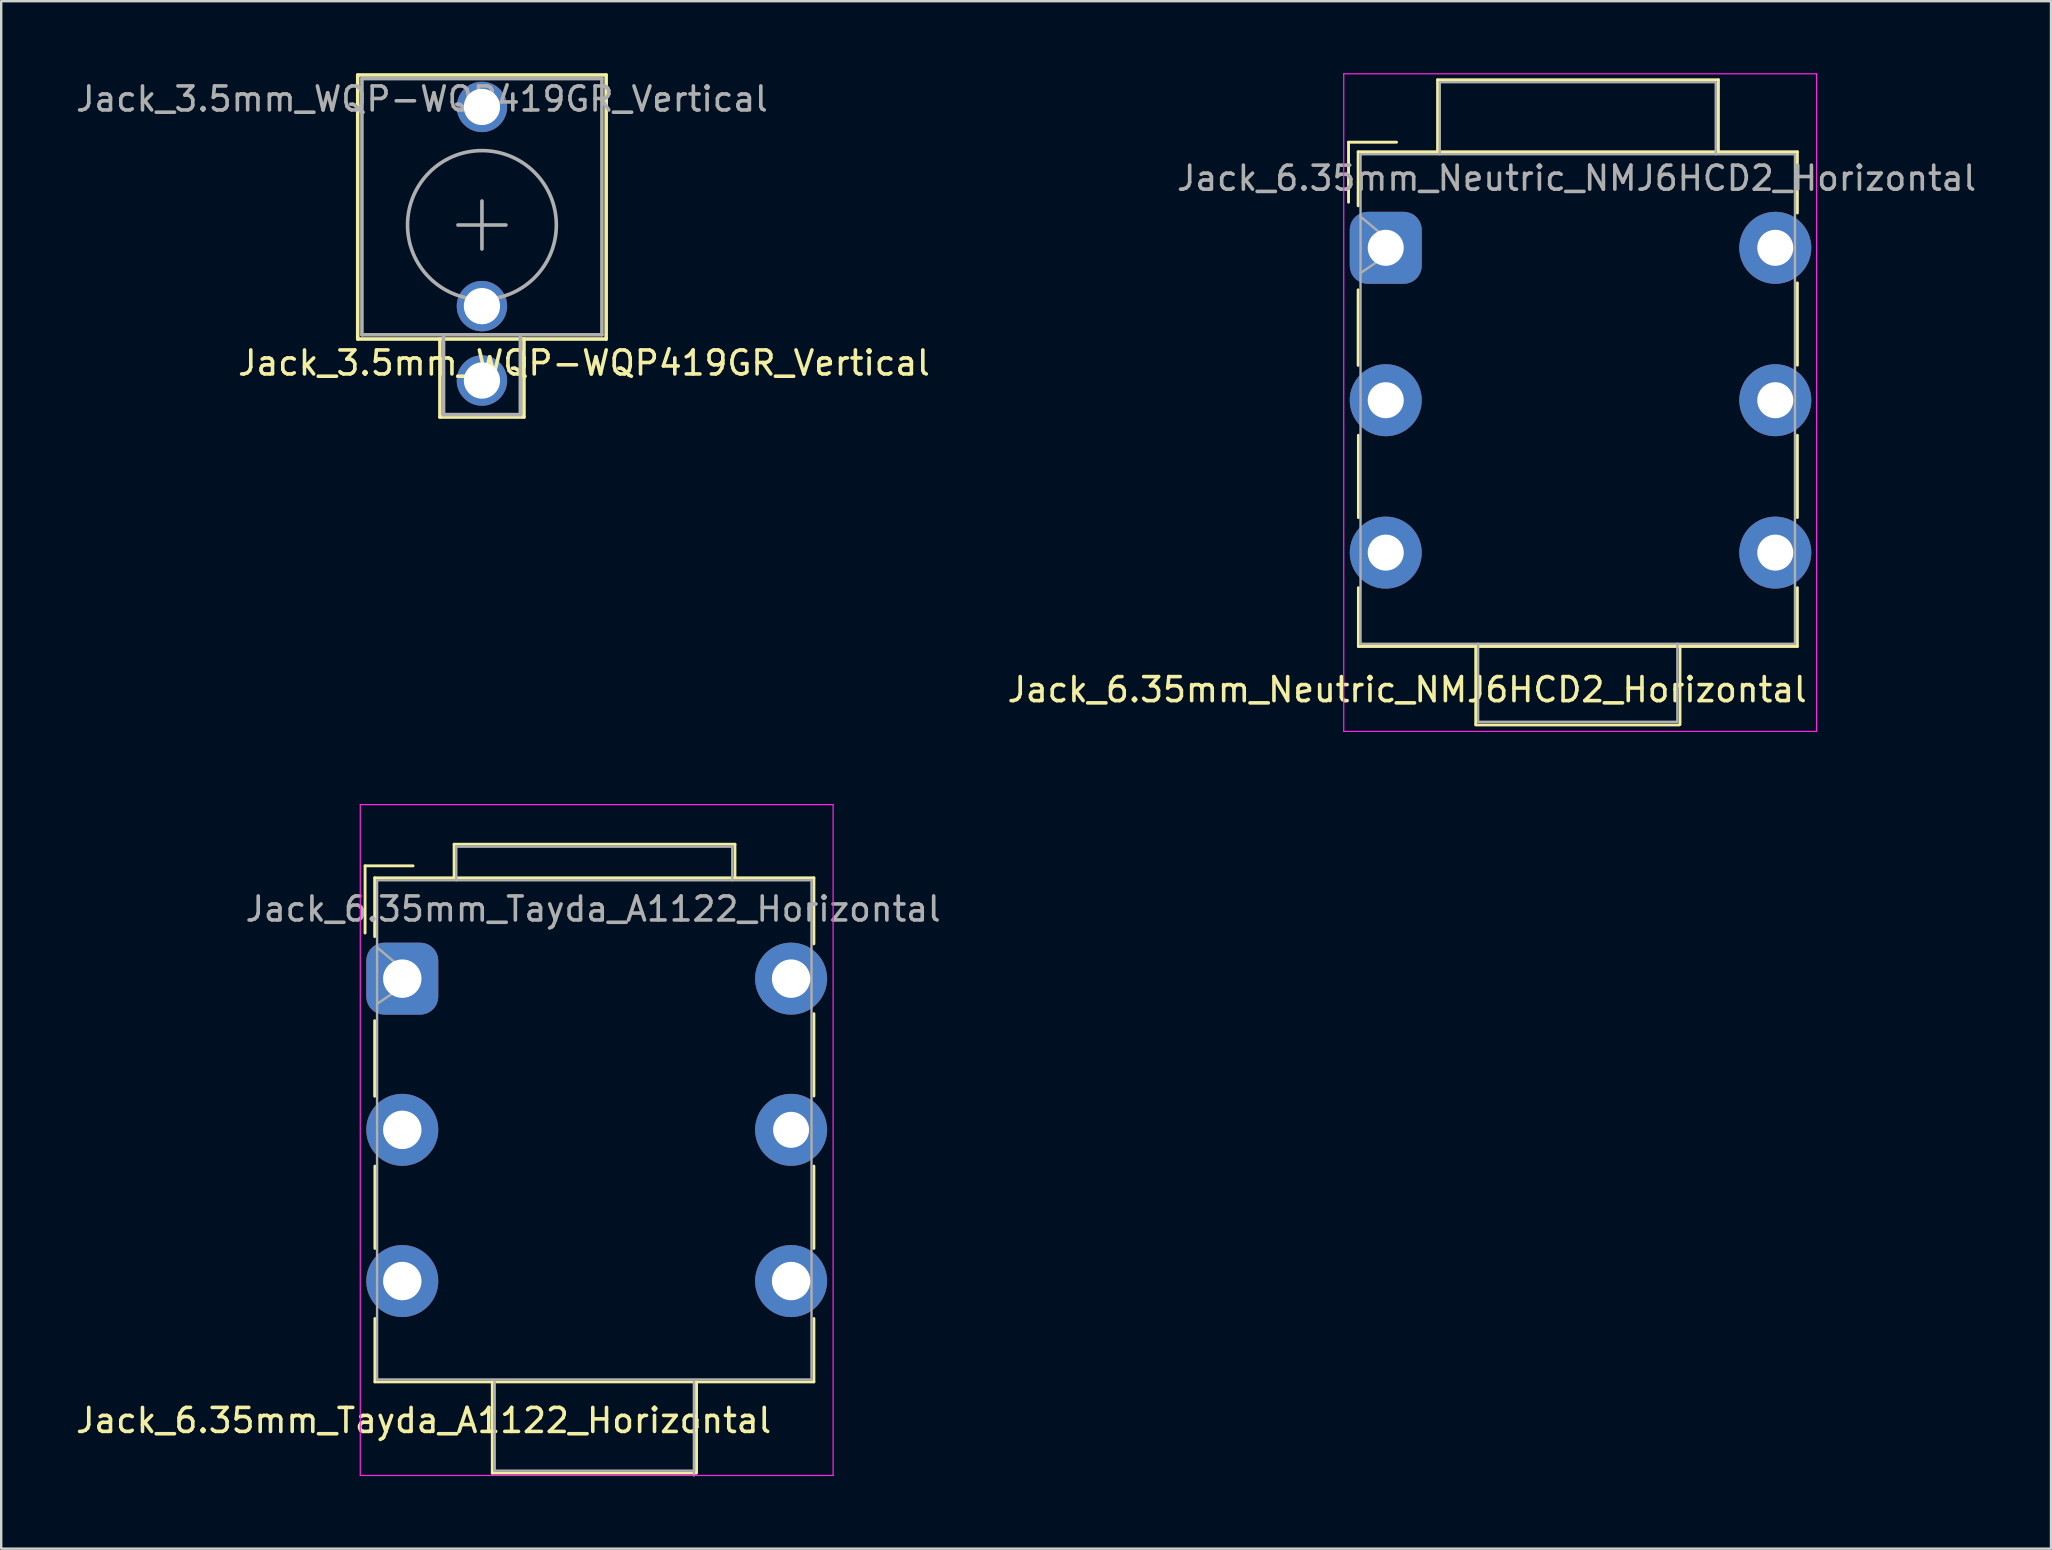
<source format=kicad_pcb>
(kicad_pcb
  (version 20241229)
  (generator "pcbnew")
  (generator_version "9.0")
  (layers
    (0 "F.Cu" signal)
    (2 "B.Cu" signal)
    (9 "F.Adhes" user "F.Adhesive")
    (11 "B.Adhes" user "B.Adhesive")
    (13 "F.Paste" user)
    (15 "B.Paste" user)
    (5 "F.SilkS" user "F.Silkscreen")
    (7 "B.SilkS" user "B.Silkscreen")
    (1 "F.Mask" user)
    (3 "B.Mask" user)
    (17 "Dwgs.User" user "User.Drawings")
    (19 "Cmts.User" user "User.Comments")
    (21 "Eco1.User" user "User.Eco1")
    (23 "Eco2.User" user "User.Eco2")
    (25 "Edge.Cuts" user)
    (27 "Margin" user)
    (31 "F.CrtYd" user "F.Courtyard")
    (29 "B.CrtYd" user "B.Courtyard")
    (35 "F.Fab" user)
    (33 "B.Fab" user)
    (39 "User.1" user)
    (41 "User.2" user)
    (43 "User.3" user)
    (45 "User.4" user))
  (footprint "Jack_6.35mm_Tayda_A1122_Horizontal"
    (layer "F.Cu")
    (at 13.711 37.725)
    (property "Reference" "Jack_6.35mm_Tayda_A1122_Horizontal" (at 0.89 18.41 0) (layer "F.SilkS") (effects (font (size 1 1) (thickness 0.15))))
    (attr through_hole)
    (fp_line (start -1.55 -4.7) (end -1.55 -1.9) (stroke (width 0.12) (type solid)) (layer "F.SilkS"))
    (fp_line (start -1.15 -4.2) (end 17.15 -4.2) (stroke (width 0.12) (type solid)) (layer "F.SilkS"))
    (fp_line (start -1.15 -1.75) (end -1.15 -4.2) (stroke (width 0.12) (type solid)) (layer "F.SilkS"))
    (fp_line (start -1.15 4.9) (end -1.15 1.75) (stroke (width 0.12) (type solid)) (layer "F.SilkS"))
    (fp_line (start -1.14 11.24) (end -1.14 7.81) (stroke (width 0.12) (type solid)) (layer "F.SilkS"))
    (fp_line (start -1.14 16.8) (end -1.14 14.16) (stroke (width 0.12) (type solid)) (layer "F.SilkS"))
    (fp_line (start -1.14 16.8) (end 17.15 16.8) (stroke (width 0.12) (type solid)) (layer "F.SilkS"))
    (fp_line (start 0.45 -4.7) (end -1.55 -4.7) (stroke (width 0.12) (type solid)) (layer "F.SilkS"))
    (fp_line (start 2.16 -5.6) (end 2.16 -4.2) (stroke (width 0.12) (type solid)) (layer "F.SilkS"))
    (fp_line (start 2.16 -5.6) (end 13.86 -5.6) (stroke (width 0.12) (type solid)) (layer "F.SilkS"))
    (fp_line (start 3.75 16.8) (end 3.75 20.6) (stroke (width 0.12) (type solid)) (layer "F.SilkS"))
    (fp_line (start 3.75 20.6) (end 12.23 20.6) (stroke (width 0.12) (type solid)) (layer "F.SilkS"))
    (fp_line (start 12.26 16.8) (end 12.26 20.6) (stroke (width 0.12) (type solid)) (layer "F.SilkS"))
    (fp_line (start 13.86 -5.6) (end 13.86 -4.2) (stroke (width 0.12) (type solid)) (layer "F.SilkS"))
    (fp_line (start 17.15 -4.2) (end 17.15 -1.45) (stroke (width 0.12) (type solid)) (layer "F.SilkS"))
    (fp_line (start 17.15 1.46) (end 17.15 4.89) (stroke (width 0.12) (type solid)) (layer "F.SilkS"))
    (fp_line (start 17.15 7.81) (end 17.15 11.24) (stroke (width 0.12) (type solid)) (layer "F.SilkS"))
    (fp_line (start 17.15 16.8) (end 17.15 14.16) (stroke (width 0.12) (type solid)) (layer "F.SilkS"))
    (fp_line (start -1.75 -7.25) (end -1.75 20.7) (stroke (width 0.05) (type solid)) (layer "F.CrtYd"))
    (fp_line (start -1.75 -7.25) (end 17.95 -7.25) (stroke (width 0.05) (type solid)) (layer "F.CrtYd"))
    (fp_line (start -1.75 20.7) (end 17.95 20.7) (stroke (width 0.05) (type solid)) (layer "F.CrtYd"))
    (fp_line (start 17.95 20.7) (end 17.95 -7.25) (stroke (width 0.05) (type solid)) (layer "F.CrtYd"))
    (fp_line (start -1.05 -4.1) (end 17.05 -4.1) (stroke (width 0.1) (type solid)) (layer "F.Fab"))
    (fp_line (start -1.05 -1.3) (end 0.5 0) (stroke (width 0.1) (type solid)) (layer "F.Fab"))
    (fp_line (start -1.05 16.7) (end -1.05 -4.1) (stroke (width 0.1) (type solid)) (layer "F.Fab"))
    (fp_line (start 0.5 0) (end -1.05 1.05) (stroke (width 0.1) (type solid)) (layer "F.Fab"))
    (fp_line (start 2.25 -5.5) (end 13.75 -5.5) (stroke (width 0.1) (type solid)) (layer "F.Fab"))
    (fp_line (start 2.25 -4.1) (end 2.25 -5.5) (stroke (width 0.1) (type solid)) (layer "F.Fab"))
    (fp_line (start 3.85 16.8) (end 3.85 20.5) (stroke (width 0.1) (type solid)) (layer "F.Fab"))
    (fp_line (start 3.85 20.5) (end 12.15 20.5) (stroke (width 0.1) (type solid)) (layer "F.Fab"))
    (fp_line (start 12.15 20.7) (end 12.15 16.8) (stroke (width 0.1) (type solid)) (layer "F.Fab"))
    (fp_line (start 13.75 -5.5) (end 13.75 -4.1) (stroke (width 0.1) (type solid)) (layer "F.Fab"))
    (fp_line (start 17.05 -4.1) (end 17.05 16.7) (stroke (width 0.1) (type solid)) (layer "F.Fab"))
    (fp_line (start 17.05 16.7) (end -1.05 16.7) (stroke (width 0.1) (type solid)) (layer "F.Fab"))
    (fp_text user "${REFERENCE}" (at 7.95 -2.9 0) (layer "F.Fab") (effects (font (size 1 1) (thickness 0.15))))
    (pad "1" thru_hole roundrect (at 0 0) (size 3 3) (drill 1.6) (layers "*.Cu" "*.Mask") (roundrect_rratio 0.25))
    (pad "2" thru_hole circle (at 0 12.6) (size 3 3) (drill 1.6) (layers "*.Cu" "*.Mask"))
    (pad "3" thru_hole circle (at 0 6.3) (size 3 3) (drill 1.6) (layers "*.Cu" "*.Mask"))
    (pad "4" thru_hole circle (at 16.2 0) (size 3 3) (drill 1.6) (layers "*.Cu" "*.Mask"))
    (pad "5" thru_hole circle (at 16.2 12.6) (size 3 3) (drill 1.6) (layers "*.Cu" "*.Mask"))
    (pad "6" thru_hole circle (at 16.2 6.3) (size 3 3) (drill 1.5) (layers "*.Cu" "*.Mask")))
  (footprint "Jack_3.5mm_WQP-WQP419GR_Vertical"
    (layer "F.Cu")
    (at 17.03 6.325)
    (property "Reference" "Jack_3.5mm_WQP-WQP419GR_Vertical" (at 4.25 5.75 0) (layer "F.SilkS") (effects (font (size 1 1) (thickness 0.15))))
    (attr through_hole)
    (fp_line (start -5.175 4.75) (end -5.175 -6.25) (stroke (width 0.15) (type solid)) (layer "F.SilkS"))
    (fp_line (start -5.175 4.75) (end 5.175 4.75) (stroke (width 0.15) (type solid)) (layer "F.SilkS"))
    (fp_line (start -1.75 4.75) (end -1.75 8) (stroke (width 0.15) (type solid)) (layer "F.SilkS"))
    (fp_line (start -1.75 8) (end 1.75 8) (stroke (width 0.15) (type solid)) (layer "F.SilkS"))
    (fp_line (start 1.75 8) (end 1.75 4.75) (stroke (width 0.15) (type solid)) (layer "F.SilkS"))
    (fp_line (start 5.175 -6.25) (end -5.175 -6.25) (stroke (width 0.15) (type solid)) (layer "F.SilkS"))
    (fp_line (start 5.175 4.75) (end 5.175 -6.25) (stroke (width 0.15) (type solid)) (layer "F.SilkS"))
    (fp_line (start -5 -6.1) (end 5 -6.1) (stroke (width 0.15) (type solid)) (layer "F.Fab"))
    (fp_line (start -5 4.572) (end -5 -6.096) (stroke (width 0.15) (type solid)) (layer "F.Fab"))
    (fp_line (start -1.6 4.6) (end -1.6 7.9) (stroke (width 0.15) (type solid)) (layer "F.Fab"))
    (fp_line (start -1.6 7.9) (end 1.6 7.9) (stroke (width 0.15) (type solid)) (layer "F.Fab"))
    (fp_line (start -1 0) (end 1 0) (stroke (width 0.15) (type solid)) (layer "F.Fab"))
    (fp_line (start 0 1) (end 0 -1) (stroke (width 0.15) (type solid)) (layer "F.Fab"))
    (fp_line (start 1.6 7.9) (end 1.6 4.6) (stroke (width 0.15) (type solid)) (layer "F.Fab"))
    (fp_line (start 5 -6.096) (end 5 4.572) (stroke (width 0.15) (type solid)) (layer "F.Fab"))
    (fp_line (start 5 4.575) (end -5 4.575) (stroke (width 0.15) (type solid)) (layer "F.Fab"))
    (fp_circle (center 0 0) (end 3.1 0) (stroke (width 0.15) (type solid)) (fill no) (layer "F.Fab"))
    (fp_text user "${REFERENCE}" (at -2.5 -5.25 0) (layer "F.Fab") (effects (font (size 1 1) (thickness 0.15))))
    (pad "1" thru_hole circle (at 0 6.48) (size 2.1 2.1) (drill 1.51) (layers "*.Cu" "*.Mask"))
    (pad "2" thru_hole circle (at 0 3.38) (size 2.1 2.1) (drill 1.51) (layers "*.Cu" "*.Mask"))
    (pad "3" thru_hole circle (at 0 -4.92) (size 2.1 2.1) (drill 1.51) (layers "*.Cu" "*.Mask")))
  (footprint "Jack_6.35mm_Neutric_NMJ6HCD2_Horizontal"
    (layer "F.Cu")
    (at 54.687 7.275)
    (property "Reference" "Jack_6.35mm_Neutric_NMJ6HCD2_Horizontal" (at 0.89 18.41 0) (layer "F.SilkS") (effects (font (size 1 1) (thickness 0.15))))
    (attr through_hole)
    (fp_line (start -1.55 -4.4) (end -1.55 -1.9) (stroke (width 0.12) (type solid)) (layer "F.SilkS"))
    (fp_line (start -1.15 -4) (end 17.15 -4) (stroke (width 0.12) (type solid)) (layer "F.SilkS"))
    (fp_line (start -1.15 -1.75) (end -1.15 -4) (stroke (width 0.12) (type solid)) (layer "F.SilkS"))
    (fp_line (start -1.15 4.9) (end -1.15 1.75) (stroke (width 0.12) (type solid)) (layer "F.SilkS"))
    (fp_line (start -1.14 11.24) (end -1.14 7.81) (stroke (width 0.12) (type solid)) (layer "F.SilkS"))
    (fp_line (start -1.14 16.61) (end -1.14 14.16) (stroke (width 0.12) (type solid)) (layer "F.SilkS"))
    (fp_line (start -1.14 16.61) (end 17.15 16.61) (stroke (width 0.12) (type solid)) (layer "F.SilkS"))
    (fp_line (start 0.45 -4.4) (end -1.55 -4.4) (stroke (width 0.12) (type solid)) (layer "F.SilkS"))
    (fp_line (start 2.16 -7) (end 2.16 -4) (stroke (width 0.12) (type solid)) (layer "F.SilkS"))
    (fp_line (start 2.16 -7) (end 13.86 -7) (stroke (width 0.12) (type solid)) (layer "F.SilkS"))
    (fp_line (start 3.75 16.64) (end 3.75 19.86) (stroke (width 0.12) (type solid)) (layer "F.SilkS"))
    (fp_line (start 3.75 19.88) (end 12.23 19.88) (stroke (width 0.12) (type solid)) (layer "F.SilkS"))
    (fp_line (start 12.26 16.64) (end 12.26 19.86) (stroke (width 0.12) (type solid)) (layer "F.SilkS"))
    (fp_line (start 13.86 -7) (end 13.86 -4) (stroke (width 0.12) (type solid)) (layer "F.SilkS"))
    (fp_line (start 17.15 -4) (end 17.15 -1.45) (stroke (width 0.12) (type solid)) (layer "F.SilkS"))
    (fp_line (start 17.15 1.46) (end 17.15 4.89) (stroke (width 0.12) (type solid)) (layer "F.SilkS"))
    (fp_line (start 17.15 7.81) (end 17.15 11.24) (stroke (width 0.12) (type solid)) (layer "F.SilkS"))
    (fp_line (start 17.15 16.61) (end 17.15 14.16) (stroke (width 0.12) (type solid)) (layer "F.SilkS"))
    (fp_line (start -1.75 -7.25) (end -1.75 20.15) (stroke (width 0.05) (type solid)) (layer "F.CrtYd"))
    (fp_line (start -1.75 -7.25) (end 17.95 -7.25) (stroke (width 0.05) (type solid)) (layer "F.CrtYd"))
    (fp_line (start -1.75 20.15) (end 17.95 20.15) (stroke (width 0.05) (type solid)) (layer "F.CrtYd"))
    (fp_line (start 17.95 20.15) (end 17.95 -7.25) (stroke (width 0.05) (type solid)) (layer "F.CrtYd"))
    (fp_line (start -1.05 -3.9) (end 17.05 -3.9) (stroke (width 0.1) (type solid)) (layer "F.Fab"))
    (fp_line (start -1.05 -1.3) (end 0.5 0) (stroke (width 0.1) (type solid)) (layer "F.Fab"))
    (fp_line (start -1.05 16.5) (end -1.05 -3.9) (stroke (width 0.1) (type solid)) (layer "F.Fab"))
    (fp_line (start 0.5 0) (end -1.05 1.05) (stroke (width 0.1) (type solid)) (layer "F.Fab"))
    (fp_line (start 2.25 -6.9) (end 13.75 -6.9) (stroke (width 0.1) (type solid)) (layer "F.Fab"))
    (fp_line (start 2.25 -3.9) (end 2.25 -6.9) (stroke (width 0.1) (type solid)) (layer "F.Fab"))
    (fp_line (start 3.85 16.5) (end 3.85 19.75) (stroke (width 0.1) (type solid)) (layer "F.Fab"))
    (fp_line (start 3.85 19.75) (end 12.15 19.75) (stroke (width 0.1) (type solid)) (layer "F.Fab"))
    (fp_line (start 12.15 19.75) (end 12.15 16.5) (stroke (width 0.1) (type solid)) (layer "F.Fab"))
    (fp_line (start 13.75 -6.9) (end 13.75 -3.9) (stroke (width 0.1) (type solid)) (layer "F.Fab"))
    (fp_line (start 17.05 -3.9) (end 17.05 16.5) (stroke (width 0.1) (type solid)) (layer "F.Fab"))
    (fp_line (start 17.05 16.5) (end -1.05 16.5) (stroke (width 0.1) (type solid)) (layer "F.Fab"))
    (fp_text user "${REFERENCE}" (at 7.95 -2.9 0) (layer "F.Fab") (effects (font (size 1 1) (thickness 0.15))))
    (pad "1" thru_hole roundrect (at 0 0) (size 3 3) (drill 1.5) (layers "*.Cu" "*.Mask") (roundrect_rratio 0.25))
    (pad "2" thru_hole circle (at 0 12.7) (size 3 3) (drill 1.5) (layers "*.Cu" "*.Mask"))
    (pad "3" thru_hole circle (at 0 6.35) (size 3 3) (drill 1.5) (layers "*.Cu" "*.Mask"))
    (pad "4" thru_hole circle (at 16.23 0) (size 3 3) (drill 1.5) (layers "*.Cu" "*.Mask"))
    (pad "5" thru_hole circle (at 16.23 12.7) (size 3 3) (drill 1.5) (layers "*.Cu" "*.Mask"))
    (pad "6" thru_hole circle (at 16.23 6.35) (size 3 3) (drill 1.5) (layers "*.Cu" "*.Mask")))
  (gr_rect
    (start -3 -3)
    (end 82.405 61.475)
    (stroke (width 0.1) (type default))
    (fill no)
    (layer "Edge.Cuts")))
</source>
